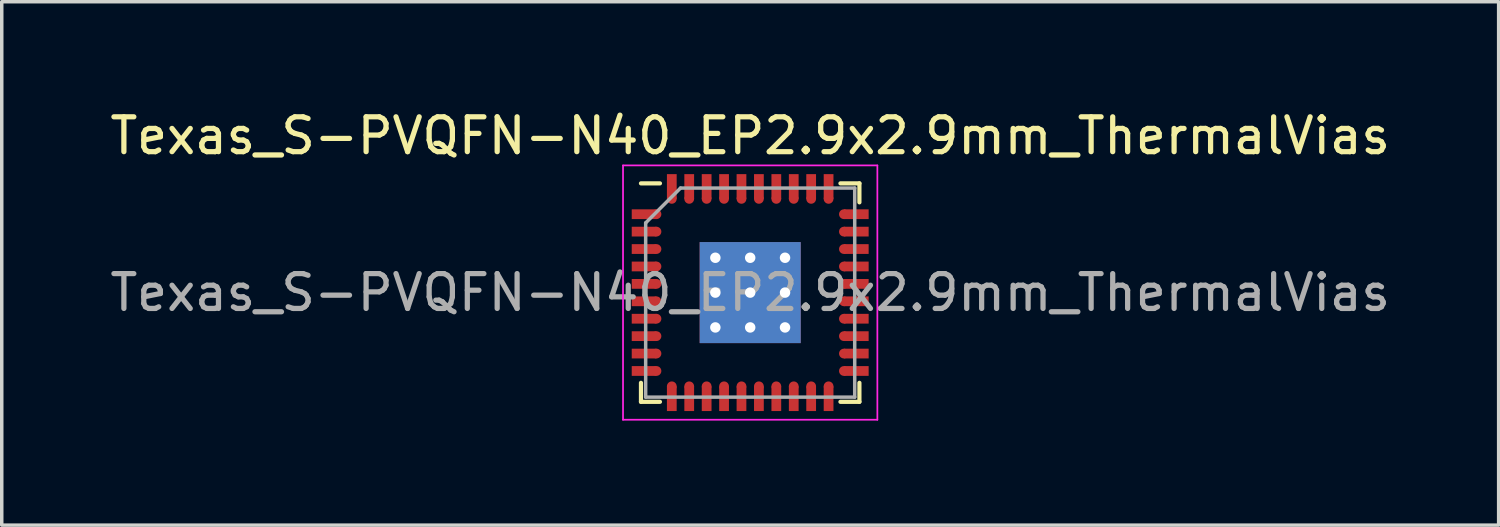
<source format=kicad_pcb>
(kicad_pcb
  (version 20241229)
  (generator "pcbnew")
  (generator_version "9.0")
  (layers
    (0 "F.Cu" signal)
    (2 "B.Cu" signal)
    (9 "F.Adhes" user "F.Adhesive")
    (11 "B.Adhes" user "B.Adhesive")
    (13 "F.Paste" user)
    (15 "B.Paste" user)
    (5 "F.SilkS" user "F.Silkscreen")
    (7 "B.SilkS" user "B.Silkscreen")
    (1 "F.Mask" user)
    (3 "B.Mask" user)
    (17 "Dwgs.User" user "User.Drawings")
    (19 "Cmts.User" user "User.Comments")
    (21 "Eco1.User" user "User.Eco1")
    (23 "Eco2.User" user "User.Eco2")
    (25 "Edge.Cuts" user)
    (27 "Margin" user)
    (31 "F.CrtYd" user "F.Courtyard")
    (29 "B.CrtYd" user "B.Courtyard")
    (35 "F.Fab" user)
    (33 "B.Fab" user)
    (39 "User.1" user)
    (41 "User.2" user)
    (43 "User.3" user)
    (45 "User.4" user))
  (footprint "Texas_S-PVQFN-N40_EP2.9x2.9mm_ThermalVias"
    (layer "F.Cu")
    (at 18.482 5.348)
    (property "Reference" "Texas_S-PVQFN-N40_EP2.9x2.9mm_ThermalVias" (at 0 -4.5 0) (layer "F.SilkS") (effects (font (size 1 1) (thickness 0.15))))
    (attr smd)
    (fp_line (start -3.135 -3.135) (end -2.59 -3.135) (stroke (width 0.12) (type solid)) (layer "F.SilkS"))
    (fp_line (start -3.135 2.59) (end -3.135 3.135) (stroke (width 0.12) (type solid)) (layer "F.SilkS"))
    (fp_line (start -3.135 3.135) (end -2.59 3.135) (stroke (width 0.12) (type solid)) (layer "F.SilkS"))
    (fp_line (start 3.135 -3.135) (end 2.59 -3.135) (stroke (width 0.12) (type solid)) (layer "F.SilkS"))
    (fp_line (start 3.135 -2.59) (end 3.135 -3.135) (stroke (width 0.12) (type solid)) (layer "F.SilkS"))
    (fp_line (start 3.135 2.59) (end 3.135 3.135) (stroke (width 0.12) (type solid)) (layer "F.SilkS"))
    (fp_line (start 3.135 3.135) (end 2.59 3.135) (stroke (width 0.12) (type solid)) (layer "F.SilkS"))
    (fp_line (start -3.65 -3.65) (end -3.65 3.65) (stroke (width 0.05) (type solid)) (layer "F.CrtYd"))
    (fp_line (start -3.65 3.65) (end 3.65 3.65) (stroke (width 0.05) (type solid)) (layer "F.CrtYd"))
    (fp_line (start 3.65 -3.65) (end -3.65 -3.65) (stroke (width 0.05) (type solid)) (layer "F.CrtYd"))
    (fp_line (start 3.65 3.65) (end 3.65 -3.65) (stroke (width 0.05) (type solid)) (layer "F.CrtYd"))
    (fp_line (start -3 -2) (end -3 3) (stroke (width 0.1) (type solid)) (layer "F.Fab"))
    (fp_line (start -3 3) (end 3 3) (stroke (width 0.1) (type solid)) (layer "F.Fab"))
    (fp_line (start -2 -3) (end -3 -2) (stroke (width 0.1) (type solid)) (layer "F.Fab"))
    (fp_line (start 3 -3) (end -2 -3) (stroke (width 0.1) (type solid)) (layer "F.Fab"))
    (fp_line (start 3 3) (end 3 -3) (stroke (width 0.1) (type solid)) (layer "F.Fab"))
    (fp_text user "${REFERENCE}" (at 0 0 0) (layer "F.Fab") (effects (font (size 1 1) (thickness 0.15))))
    (pad "" smd rect (at -0.75 -0.75) (size 1.2 1.2) (layers "F.Paste"))
    (pad "" smd rect (at -0.75 0.75) (size 1.2 1.2) (layers "F.Paste"))
    (pad "" smd rect (at 0.75 -0.75) (size 1.2 1.2) (layers "F.Paste"))
    (pad "" smd rect (at 0.75 0.75) (size 1.2 1.2) (layers "F.Paste"))
    (pad "1" smd rect (at -3.045 -2.25) (size 0.71 0.28) (layers "F.Cu" "F.Mask" "F.Paste"))
    (pad "1" smd circle (at -2.69 -2.25) (size 0.28 0.28) (layers "F.Cu" "F.Mask" "F.Paste"))
    (pad "2" smd rect (at -3.045 -1.75) (size 0.71 0.28) (layers "F.Cu" "F.Mask" "F.Paste"))
    (pad "2" smd circle (at -2.69 -1.75) (size 0.28 0.28) (layers "F.Cu" "F.Mask" "F.Paste"))
    (pad "3" smd rect (at -3.045 -1.25) (size 0.71 0.28) (layers "F.Cu" "F.Mask" "F.Paste"))
    (pad "3" smd circle (at -2.69 -1.25) (size 0.28 0.28) (layers "F.Cu" "F.Mask" "F.Paste"))
    (pad "4" smd rect (at -3.045 -0.75) (size 0.71 0.28) (layers "F.Cu" "F.Mask" "F.Paste"))
    (pad "4" smd circle (at -2.69 -0.75) (size 0.28 0.28) (layers "F.Cu" "F.Mask" "F.Paste"))
    (pad "5" smd rect (at -3.045 -0.25) (size 0.71 0.28) (layers "F.Cu" "F.Mask" "F.Paste"))
    (pad "5" smd circle (at -2.69 -0.25) (size 0.28 0.28) (layers "F.Cu" "F.Mask" "F.Paste"))
    (pad "6" smd rect (at -3.045 0.25) (size 0.71 0.28) (layers "F.Cu" "F.Mask" "F.Paste"))
    (pad "6" smd circle (at -2.69 0.25) (size 0.28 0.28) (layers "F.Cu" "F.Mask" "F.Paste"))
    (pad "7" smd rect (at -3.045 0.75) (size 0.71 0.28) (layers "F.Cu" "F.Mask" "F.Paste"))
    (pad "7" smd circle (at -2.69 0.75) (size 0.28 0.28) (layers "F.Cu" "F.Mask" "F.Paste"))
    (pad "8" smd rect (at -3.045 1.25) (size 0.71 0.28) (layers "F.Cu" "F.Mask" "F.Paste"))
    (pad "8" smd circle (at -2.69 1.25) (size 0.28 0.28) (layers "F.Cu" "F.Mask" "F.Paste"))
    (pad "9" smd rect (at -3.045 1.75) (size 0.71 0.28) (layers "F.Cu" "F.Mask" "F.Paste"))
    (pad "9" smd circle (at -2.69 1.75) (size 0.28 0.28) (layers "F.Cu" "F.Mask" "F.Paste"))
    (pad "10" smd rect (at -3.045 2.25) (size 0.71 0.28) (layers "F.Cu" "F.Mask" "F.Paste"))
    (pad "10" smd circle (at -2.69 2.25) (size 0.28 0.28) (layers "F.Cu" "F.Mask" "F.Paste"))
    (pad "11" smd circle (at -2.25 2.69) (size 0.28 0.28) (layers "F.Cu" "F.Mask" "F.Paste"))
    (pad "11" smd rect (at -2.25 3.045) (size 0.28 0.71) (layers "F.Cu" "F.Mask" "F.Paste"))
    (pad "12" smd circle (at -1.75 2.69) (size 0.28 0.28) (layers "F.Cu" "F.Mask" "F.Paste"))
    (pad "12" smd rect (at -1.75 3.045) (size 0.28 0.71) (layers "F.Cu" "F.Mask" "F.Paste"))
    (pad "13" smd circle (at -1.25 2.69) (size 0.28 0.28) (layers "F.Cu" "F.Mask" "F.Paste"))
    (pad "13" smd rect (at -1.25 3.045) (size 0.28 0.71) (layers "F.Cu" "F.Mask" "F.Paste"))
    (pad "14" smd circle (at -0.75 2.69) (size 0.28 0.28) (layers "F.Cu" "F.Mask" "F.Paste"))
    (pad "14" smd rect (at -0.75 3.045) (size 0.28 0.71) (layers "F.Cu" "F.Mask" "F.Paste"))
    (pad "15" smd circle (at -0.25 2.69) (size 0.28 0.28) (layers "F.Cu" "F.Mask" "F.Paste"))
    (pad "15" smd rect (at -0.25 3.045) (size 0.28 0.71) (layers "F.Cu" "F.Mask" "F.Paste"))
    (pad "16" smd circle (at 0.25 2.69) (size 0.28 0.28) (layers "F.Cu" "F.Mask" "F.Paste"))
    (pad "16" smd rect (at 0.25 3.045) (size 0.28 0.71) (layers "F.Cu" "F.Mask" "F.Paste"))
    (pad "17" smd circle (at 0.75 2.69) (size 0.28 0.28) (layers "F.Cu" "F.Mask" "F.Paste"))
    (pad "17" smd rect (at 0.75 3.045) (size 0.28 0.71) (layers "F.Cu" "F.Mask" "F.Paste"))
    (pad "18" smd circle (at 1.25 2.69) (size 0.28 0.28) (layers "F.Cu" "F.Mask" "F.Paste"))
    (pad "18" smd rect (at 1.25 3.045) (size 0.28 0.71) (layers "F.Cu" "F.Mask" "F.Paste"))
    (pad "19" smd circle (at 1.75 2.69) (size 0.28 0.28) (layers "F.Cu" "F.Mask" "F.Paste"))
    (pad "19" smd rect (at 1.75 3.045) (size 0.28 0.71) (layers "F.Cu" "F.Mask" "F.Paste"))
    (pad "20" smd circle (at 2.25 2.69) (size 0.28 0.28) (layers "F.Cu" "F.Mask" "F.Paste"))
    (pad "20" smd rect (at 2.25 3.045) (size 0.28 0.71) (layers "F.Cu" "F.Mask" "F.Paste"))
    (pad "21" smd circle (at 2.69 2.25) (size 0.28 0.28) (layers "F.Cu" "F.Mask" "F.Paste"))
    (pad "21" smd rect (at 3.045 2.25) (size 0.71 0.28) (layers "F.Cu" "F.Mask" "F.Paste"))
    (pad "22" smd circle (at 2.69 1.75) (size 0.28 0.28) (layers "F.Cu" "F.Mask" "F.Paste"))
    (pad "22" smd rect (at 3.045 1.75) (size 0.71 0.28) (layers "F.Cu" "F.Mask" "F.Paste"))
    (pad "23" smd circle (at 2.69 1.25) (size 0.28 0.28) (layers "F.Cu" "F.Mask" "F.Paste"))
    (pad "23" smd rect (at 3.045 1.25) (size 0.71 0.28) (layers "F.Cu" "F.Mask" "F.Paste"))
    (pad "24" smd circle (at 2.69 0.75) (size 0.28 0.28) (layers "F.Cu" "F.Mask" "F.Paste"))
    (pad "24" smd rect (at 3.045 0.75) (size 0.71 0.28) (layers "F.Cu" "F.Mask" "F.Paste"))
    (pad "25" smd circle (at 2.69 0.25) (size 0.28 0.28) (layers "F.Cu" "F.Mask" "F.Paste"))
    (pad "25" smd rect (at 3.045 0.25) (size 0.71 0.28) (layers "F.Cu" "F.Mask" "F.Paste"))
    (pad "26" smd circle (at 2.69 -0.25) (size 0.28 0.28) (layers "F.Cu" "F.Mask" "F.Paste"))
    (pad "26" smd rect (at 3.045 -0.25) (size 0.71 0.28) (layers "F.Cu" "F.Mask" "F.Paste"))
    (pad "27" smd circle (at 2.69 -0.75) (size 0.28 0.28) (layers "F.Cu" "F.Mask" "F.Paste"))
    (pad "27" smd rect (at 3.045 -0.75) (size 0.71 0.28) (layers "F.Cu" "F.Mask" "F.Paste"))
    (pad "28" smd circle (at 2.69 -1.25) (size 0.28 0.28) (layers "F.Cu" "F.Mask" "F.Paste"))
    (pad "28" smd rect (at 3.045 -1.25) (size 0.71 0.28) (layers "F.Cu" "F.Mask" "F.Paste"))
    (pad "29" smd circle (at 2.69 -1.75) (size 0.28 0.28) (layers "F.Cu" "F.Mask" "F.Paste"))
    (pad "29" smd rect (at 3.045 -1.75) (size 0.71 0.28) (layers "F.Cu" "F.Mask" "F.Paste"))
    (pad "30" smd circle (at 2.69 -2.25) (size 0.28 0.28) (layers "F.Cu" "F.Mask" "F.Paste"))
    (pad "30" smd rect (at 3.045 -2.25) (size 0.71 0.28) (layers "F.Cu" "F.Mask" "F.Paste"))
    (pad "31" smd rect (at 2.25 -3.045) (size 0.28 0.71) (layers "F.Cu" "F.Mask" "F.Paste"))
    (pad "31" smd circle (at 2.25 -2.69) (size 0.28 0.28) (layers "F.Cu" "F.Mask" "F.Paste"))
    (pad "32" smd rect (at 1.75 -3.045) (size 0.28 0.71) (layers "F.Cu" "F.Mask" "F.Paste"))
    (pad "32" smd circle (at 1.75 -2.69) (size 0.28 0.28) (layers "F.Cu" "F.Mask" "F.Paste"))
    (pad "33" smd rect (at 1.25 -3.045) (size 0.28 0.71) (layers "F.Cu" "F.Mask" "F.Paste"))
    (pad "33" smd circle (at 1.25 -2.69) (size 0.28 0.28) (layers "F.Cu" "F.Mask" "F.Paste"))
    (pad "34" smd rect (at 0.75 -3.045) (size 0.28 0.71) (layers "F.Cu" "F.Mask" "F.Paste"))
    (pad "34" smd circle (at 0.75 -2.69) (size 0.28 0.28) (layers "F.Cu" "F.Mask" "F.Paste"))
    (pad "35" smd rect (at 0.25 -3.045) (size 0.28 0.71) (layers "F.Cu" "F.Mask" "F.Paste"))
    (pad "35" smd circle (at 0.25 -2.69) (size 0.28 0.28) (layers "F.Cu" "F.Mask" "F.Paste"))
    (pad "36" smd rect (at -0.25 -3.045) (size 0.28 0.71) (layers "F.Cu" "F.Mask" "F.Paste"))
    (pad "36" smd circle (at -0.25 -2.69) (size 0.28 0.28) (layers "F.Cu" "F.Mask" "F.Paste"))
    (pad "37" smd rect (at -0.75 -3.045) (size 0.28 0.71) (layers "F.Cu" "F.Mask" "F.Paste"))
    (pad "37" smd circle (at -0.75 -2.69) (size 0.28 0.28) (layers "F.Cu" "F.Mask" "F.Paste"))
    (pad "38" smd rect (at -1.25 -3.045) (size 0.28 0.71) (layers "F.Cu" "F.Mask" "F.Paste"))
    (pad "38" smd circle (at -1.25 -2.69) (size 0.28 0.28) (layers "F.Cu" "F.Mask" "F.Paste"))
    (pad "39" smd rect (at -1.75 -3.045) (size 0.28 0.71) (layers "F.Cu" "F.Mask" "F.Paste"))
    (pad "39" smd circle (at -1.75 -2.69) (size 0.28 0.28) (layers "F.Cu" "F.Mask" "F.Paste"))
    (pad "40" smd rect (at -2.25 -3.045) (size 0.28 0.71) (layers "F.Cu" "F.Mask" "F.Paste"))
    (pad "40" smd circle (at -2.25 -2.69) (size 0.28 0.28) (layers "F.Cu" "F.Mask" "F.Paste"))
    (pad "41" thru_hole circle (at -1 -1) (size 0.6 0.6) (drill 0.3) (layers "*.Cu"))
    (pad "41" thru_hole circle (at -1 0) (size 0.6 0.6) (drill 0.3) (layers "*.Cu"))
    (pad "41" thru_hole circle (at -1 1) (size 0.6 0.6) (drill 0.3) (layers "*.Cu"))
    (pad "41" thru_hole circle (at 0 -1) (size 0.6 0.6) (drill 0.3) (layers "*.Cu"))
    (pad "41" thru_hole circle (at 0 0) (size 0.6 0.6) (drill 0.3) (layers "*.Cu"))
    (pad "41" smd rect (at 0 0) (size 2.9 2.9) (layers "F.Cu" "F.Mask"))
    (pad "41" smd rect (at 0 0) (size 2.9 2.9) (layers "B.Cu"))
    (pad "41" thru_hole circle (at 0 1) (size 0.6 0.6) (drill 0.3) (layers "*.Cu"))
    (pad "41" thru_hole circle (at 1 -1) (size 0.6 0.6) (drill 0.3) (layers "*.Cu"))
    (pad "41" thru_hole circle (at 1 0) (size 0.6 0.6) (drill 0.3) (layers "*.Cu"))
    (pad "41" thru_hole circle (at 1 1) (size 0.6 0.6) (drill 0.3) (layers "*.Cu")))
  (gr_rect
    (start -3 -3)
    (end 39.964 12.023)
    (stroke (width 0.1) (type default))
    (fill no)
    (layer "Edge.Cuts")))
</source>
